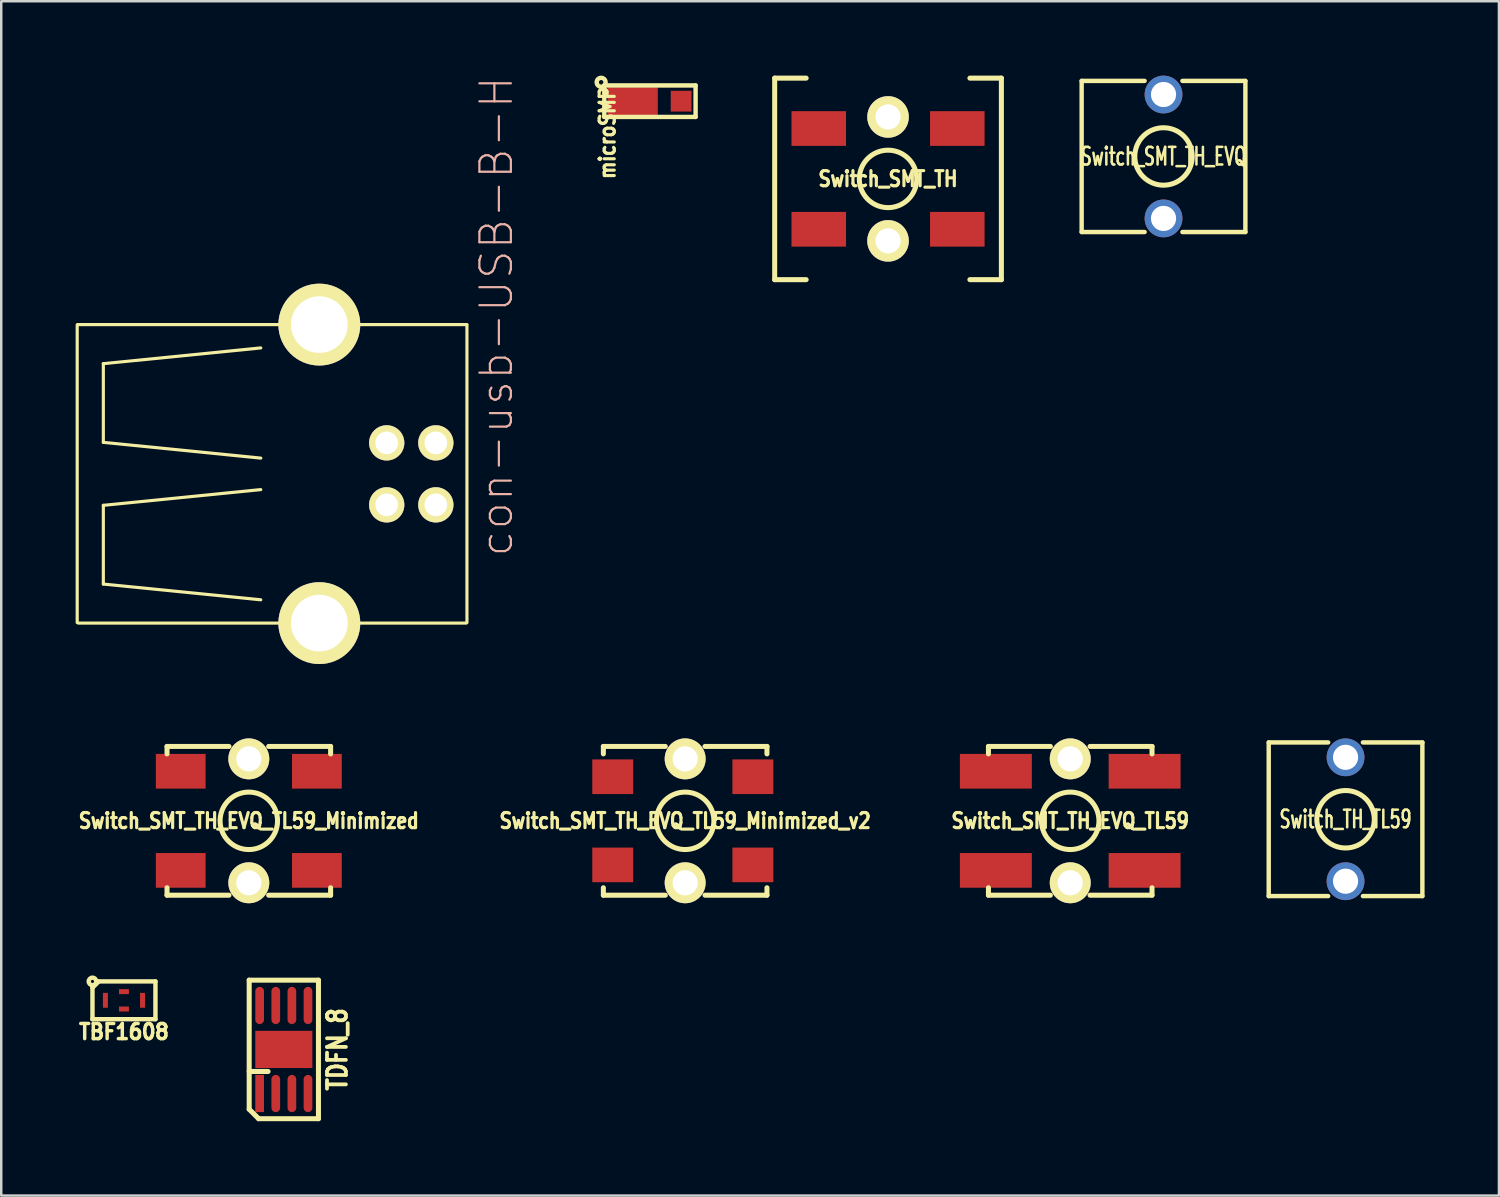
<source format=kicad_pcb>
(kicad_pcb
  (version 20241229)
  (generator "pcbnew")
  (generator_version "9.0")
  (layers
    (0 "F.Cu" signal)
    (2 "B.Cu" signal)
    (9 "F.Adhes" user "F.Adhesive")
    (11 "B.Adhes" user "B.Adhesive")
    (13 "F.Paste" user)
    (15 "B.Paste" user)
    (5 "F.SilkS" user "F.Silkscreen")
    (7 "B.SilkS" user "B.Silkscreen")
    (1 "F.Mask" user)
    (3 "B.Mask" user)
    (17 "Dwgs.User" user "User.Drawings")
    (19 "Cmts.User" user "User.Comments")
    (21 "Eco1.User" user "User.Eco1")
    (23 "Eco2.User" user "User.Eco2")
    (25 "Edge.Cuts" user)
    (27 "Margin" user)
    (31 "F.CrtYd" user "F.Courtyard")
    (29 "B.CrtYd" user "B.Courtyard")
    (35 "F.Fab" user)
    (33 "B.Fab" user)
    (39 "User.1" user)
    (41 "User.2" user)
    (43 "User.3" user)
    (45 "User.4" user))
  (footprint "Switch_SMT_TH_EVQ"
    (layer "F.Cu")
    (at 43.881 3.261)
    (property "Reference" "Switch_SMT_TH_EVQ" (at 0 0 0) (layer "F.SilkS") (effects (font (size 0.711 0.457) (thickness 0.102))))
    (attr smd)
    (fp_line (start -3.302 -3.048) (end -0.762 -3.048) (stroke (width 0.178) (type solid)) (layer "F.SilkS"))
    (fp_line (start -3.302 3.048) (end -3.302 -3.048) (stroke (width 0.178) (type solid)) (layer "F.SilkS"))
    (fp_line (start -3.302 3.048) (end -0.762 3.048) (stroke (width 0.178) (type solid)) (layer "F.SilkS"))
    (fp_line (start 3.302 -3.048) (end 0.762 -3.048) (stroke (width 0.178) (type solid)) (layer "F.SilkS"))
    (fp_line (start 3.302 -3.048) (end 3.302 3.048) (stroke (width 0.178) (type solid)) (layer "F.SilkS"))
    (fp_line (start 3.302 3.048) (end 0.762 3.048) (stroke (width 0.178) (type solid)) (layer "F.SilkS"))
    (fp_circle (center 0 0) (end 1.143 0.191) (stroke (width 0.203) (type solid)) (fill no) (layer "F.SilkS"))
    (pad "1" thru_hole circle (at 0 -2.499) (size 1.524 1.524) (drill 1.016) (layers "*.Cu" "*.Mask"))
    (pad "2" thru_hole circle (at 0 2.499) (size 1.524 1.524) (drill 1.016) (layers "*.Cu" "*.Mask")))
  (footprint "microSMP"
    (layer "F.Cu")
    (at 23.737 1.031)
    (property "Reference" "microSMP" (at -2.286 1.27 90) (layer "F.SilkS") (effects (font (size 0.61 0.508) (thickness 0.178))))
    (attr through_hole)
    (fp_line (start -2.413 -0.635) (end 1.27 -0.635) (stroke (width 0.178) (type solid)) (layer "F.SilkS"))
    (fp_line (start -2.413 0.635) (end -2.413 -0.635) (stroke (width 0.178) (type solid)) (layer "F.SilkS"))
    (fp_line (start 1.27 -0.635) (end 1.27 0.635) (stroke (width 0.178) (type solid)) (layer "F.SilkS"))
    (fp_line (start 1.27 0.635) (end -2.413 0.635) (stroke (width 0.178) (type solid)) (layer "F.SilkS"))
    (fp_circle (center -2.54 -0.762) (end -2.667 -0.889) (stroke (width 0.178) (type solid)) (fill no) (layer "F.SilkS"))
    (pad "1" smd rect (at -1.27 0) (size 2.032 1.118) (layers "F.Cu" "F.Mask" "F.Paste"))
    (pad "2" smd rect (at 0.686 0) (size 0.838 0.838) (layers "F.Cu" "F.Mask" "F.Paste")))
  (footprint "TDFN_8"
    (layer "F.Cu")
    (at 8.398 39.279)
    (property "Reference" "TDFN_8" (at 2.159 0 90) (layer "F.SilkS") (effects (font (size 0.762 0.61) (thickness 0.203))))
    (attr smd)
    (fp_line (start -1.397 -2.794) (end -1.397 2.413) (stroke (width 0.203) (type solid)) (layer "F.SilkS"))
    (fp_line (start -1.397 -2.794) (end 1.397 -2.794) (stroke (width 0.203) (type solid)) (layer "F.SilkS"))
    (fp_line (start -1.397 0.889) (end -0.635 0.889) (stroke (width 0.203) (type solid)) (layer "F.SilkS"))
    (fp_line (start -1.397 2.413) (end -1.016 2.794) (stroke (width 0.203) (type solid)) (layer "F.SilkS"))
    (fp_line (start -1.016 2.794) (end 1.397 2.794) (stroke (width 0.203) (type solid)) (layer "F.SilkS"))
    (fp_line (start 1.397 -2.794) (end 1.397 2.794) (stroke (width 0.203) (type solid)) (layer "F.SilkS"))
    (pad "1" smd rect (at -0.975 1.778) (size 0.351 1.501) (layers "F.Cu" "F.Mask" "F.Paste"))
    (pad "2" smd oval (at -0.325 1.778) (size 0.351 1.501) (layers "F.Cu" "F.Mask" "F.Paste"))
    (pad "3" smd oval (at 0.325 1.778) (size 0.351 1.501) (layers "F.Cu" "F.Mask" "F.Paste"))
    (pad "4" smd oval (at 0.975 1.778) (size 0.351 1.501) (layers "F.Cu" "F.Mask" "F.Paste"))
    (pad "5" smd oval (at 0.975 -1.773) (size 0.351 1.501) (layers "F.Cu" "F.Mask" "F.Paste"))
    (pad "6" smd oval (at 0.325 -1.773) (size 0.351 1.501) (layers "F.Cu" "F.Mask" "F.Paste"))
    (pad "7" smd oval (at -0.325 -1.773) (size 0.351 1.501) (layers "F.Cu" "F.Mask" "F.Paste"))
    (pad "8" smd oval (at -0.975 -1.773) (size 0.351 1.501) (layers "F.Cu" "F.Mask" "F.Paste"))
    (pad "9" smd rect (at 0 0) (size 2.301 1.501) (layers "F.Cu" "F.Mask" "F.Paste")))
  (footprint "TBF1608"
    (layer "F.Cu")
    (at 1.95 37.298)
    (property "Reference" "TBF1608" (at 0 1.27 0) (layer "F.SilkS") (effects (font (size 0.61 0.559) (thickness 0.203))))
    (attr smd)
    (fp_line (start -1.27 -0.508) (end -1.27 0.762) (stroke (width 0.178) (type solid)) (layer "F.SilkS"))
    (fp_line (start -1.27 0.762) (end 1.27 0.762) (stroke (width 0.178) (type solid)) (layer "F.SilkS"))
    (fp_line (start -1.016 -0.762) (end -1.27 -0.508) (stroke (width 0.178) (type solid)) (layer "F.SilkS"))
    (fp_line (start 1.27 -0.762) (end -1.016 -0.762) (stroke (width 0.178) (type solid)) (layer "F.SilkS"))
    (fp_line (start 1.27 0.762) (end 1.27 -0.762) (stroke (width 0.178) (type solid)) (layer "F.SilkS"))
    (fp_circle (center -1.27 -0.762) (end -1.333 -0.762) (stroke (width 0.178) (type solid)) (fill no) (layer "F.SilkS"))
    (pad "1" smd rect (at 0 -0.351) (size 0.399 0.201) (layers "F.Cu" "F.Mask" "F.Paste"))
    (pad "2" smd rect (at -0.749 0) (size 0.201 0.599) (layers "F.Cu" "F.Mask" "F.Paste"))
    (pad "3" smd rect (at 0.749 0) (size 0.201 0.599) (layers "F.Cu" "F.Mask" "F.Paste"))
    (pad "4" smd rect (at 0 0.351) (size 0.399 0.201) (layers "F.Cu" "F.Mask" "F.Paste")))
  (footprint "Switch_SMT_TH_EVQ_TL59_Minimized_v2"
    (layer "F.Cu")
    (at 24.586 30.058)
    (property "Reference" "Switch_SMT_TH_EVQ_TL59_Minimized_v2" (at 0 0 0) (layer "F.SilkS") (effects (font (size 0.61 0.508) (thickness 0.127))))
    (attr smd)
    (fp_line (start -3.299 -3) (end -3.299 -2.7) (stroke (width 0.203) (type solid)) (layer "F.SilkS"))
    (fp_line (start -3.299 -3) (end -0.8 -3) (stroke (width 0.203) (type solid)) (layer "F.SilkS"))
    (fp_line (start -3.299 3) (end -3.299 2.7) (stroke (width 0.203) (type solid)) (layer "F.SilkS"))
    (fp_line (start -3.299 3) (end -0.8 3) (stroke (width 0.203) (type solid)) (layer "F.SilkS"))
    (fp_line (start 3.299 -3) (end 0.8 -3) (stroke (width 0.203) (type solid)) (layer "F.SilkS"))
    (fp_line (start 3.299 -3) (end 3.299 -2.7) (stroke (width 0.203) (type solid)) (layer "F.SilkS"))
    (fp_line (start 3.299 3) (end 0.8 3) (stroke (width 0.203) (type solid)) (layer "F.SilkS"))
    (fp_line (start 3.299 3) (end 3.299 2.7) (stroke (width 0.203) (type solid)) (layer "F.SilkS"))
    (fp_circle (center 0 0) (end 1.143 0.191) (stroke (width 0.203) (type solid)) (fill no) (layer "F.SilkS"))
    (pad "1" smd rect (at -2.921 -1.778) (size 1.143 1.016) (layers "F.Cu" "F.Paste"))
    (pad "1" smd rect (at -2.921 -1.778) (size 1.651 1.397) (layers "F.Cu" "F.Mask"))
    (pad "1" thru_hole circle (at 0 -2.499) (size 1.651 1.651) (drill 1.016) (layers "*.Cu" "B.Mask" "F.SilkS"))
    (pad "1" smd rect (at 2.731 -1.778) (size 1.143 1.016) (layers "F.Cu" "F.Paste"))
    (pad "1" smd rect (at 2.731 -1.778) (size 1.651 1.397) (layers "F.Cu" "F.Mask"))
    (pad "2" smd rect (at -2.921 1.778) (size 1.143 1.016) (layers "F.Cu" "F.Paste"))
    (pad "2" smd rect (at -2.921 1.778) (size 1.651 1.397) (layers "F.Cu" "F.Mask"))
    (pad "2" thru_hole circle (at 0 2.499) (size 1.651 1.651) (drill 1.016) (layers "*.Cu" "B.Mask" "F.SilkS"))
    (pad "2" smd rect (at 2.731 1.778) (size 1.143 1.016) (layers "F.Cu" "F.Paste"))
    (pad "2" smd rect (at 2.731 1.778) (size 1.651 1.397) (layers "F.Cu" "F.Mask")))
  (footprint "con-usb-USB-B-H"
    (layer "F.Cu")
    (at 12.548 16.063)
    (property "Reference" "con-usb-USB-B-H" (at 4.425 -6.35 90) (layer "B.SilkS") (effects (font (size 1.27 1.27) (thickness 0.089))))
    (attr through_hole)
    (fp_line (start -12.484 -6.012) (end -12.484 5.999) (stroke (width 0.127) (type solid)) (layer "F.SilkS"))
    (fp_line (start -11.43 -4.445) (end -11.43 -1.27) (stroke (width 0.127) (type solid)) (layer "F.SilkS"))
    (fp_line (start -11.43 -1.27) (end -5.08 -0.635) (stroke (width 0.127) (type solid)) (layer "F.SilkS"))
    (fp_line (start -11.43 1.27) (end -5.08 0.635) (stroke (width 0.127) (type solid)) (layer "F.SilkS"))
    (fp_line (start -11.43 4.445) (end -11.43 1.27) (stroke (width 0.127) (type solid)) (layer "F.SilkS"))
    (fp_line (start -5.08 -5.08) (end -11.43 -4.445) (stroke (width 0.127) (type solid)) (layer "F.SilkS"))
    (fp_line (start -5.08 5.08) (end -11.43 4.445) (stroke (width 0.127) (type solid)) (layer "F.SilkS"))
    (fp_line (start 3.205 6.02) (end -12.438 6.02) (stroke (width 0.127) (type solid)) (layer "F.SilkS"))
    (fp_line (start 3.231 -6.02) (end -12.464 -6.02) (stroke (width 0.127) (type solid)) (layer "F.SilkS"))
    (fp_line (start 3.236 -6.012) (end 3.236 5.999) (stroke (width 0.127) (type solid)) (layer "F.SilkS"))
    (pad "D+" thru_hole circle (at 0 -1.25) (size 1.422 1.422) (drill 0.914) (layers "*.Cu" "F.Mask" "F.SilkS" "F.Paste"))
    (pad "D-" thru_hole circle (at 1.981 -1.25) (size 1.422 1.422) (drill 0.914) (layers "*.Cu" "F.Mask" "F.SilkS" "F.Paste"))
    (pad "GND" thru_hole circle (at 0 1.25) (size 1.422 1.422) (drill 0.914) (layers "*.Cu" "F.Mask" "F.SilkS" "F.Paste"))
    (pad "P$1" thru_hole circle (at -2.718 6.02) (size 3.302 3.302) (drill 2.286) (layers "*.Cu" "F.Mask" "F.SilkS" "F.Paste"))
    (pad "P$2" thru_hole circle (at -2.718 -6.02) (size 3.302 3.302) (drill 2.286) (layers "*.Cu" "F.Mask" "F.SilkS" "F.Paste"))
    (pad "VBUS" thru_hole circle (at 1.981 1.25) (size 1.422 1.422) (drill 0.914) (layers "*.Cu" "F.Mask" "F.SilkS" "F.Paste")))
  (footprint "Switch_SMT_TH_EVQ_TL59_Minimized"
    (layer "F.Cu")
    (at 6.986 30.058)
    (property "Reference" "Switch_SMT_TH_EVQ_TL59_Minimized" (at 0 0 0) (layer "F.SilkS") (effects (font (size 0.61 0.508) (thickness 0.127))))
    (attr smd)
    (fp_line (start -3.299 -3) (end -3.299 -2.7) (stroke (width 0.203) (type solid)) (layer "F.SilkS"))
    (fp_line (start -3.299 -3) (end -0.8 -3) (stroke (width 0.203) (type solid)) (layer "F.SilkS"))
    (fp_line (start -3.299 3) (end -3.299 2.7) (stroke (width 0.203) (type solid)) (layer "F.SilkS"))
    (fp_line (start -3.299 3) (end -0.8 3) (stroke (width 0.203) (type solid)) (layer "F.SilkS"))
    (fp_line (start 3.299 -3) (end 0.8 -3) (stroke (width 0.203) (type solid)) (layer "F.SilkS"))
    (fp_line (start 3.299 -3) (end 3.299 -2.7) (stroke (width 0.203) (type solid)) (layer "F.SilkS"))
    (fp_line (start 3.299 3) (end 0.8 3) (stroke (width 0.203) (type solid)) (layer "F.SilkS"))
    (fp_line (start 3.299 3) (end 3.299 2.7) (stroke (width 0.203) (type solid)) (layer "F.SilkS"))
    (fp_circle (center 0 0) (end 1.143 0.191) (stroke (width 0.203) (type solid)) (fill no) (layer "F.SilkS"))
    (pad "1" smd rect (at -2.746 -1.999) (size 2.007 1.4) (layers "F.Cu" "F.Mask" "F.Paste"))
    (pad "1" thru_hole circle (at 0 -2.499) (size 1.651 1.651) (drill 1.016) (layers "*.Cu" "B.Mask" "F.SilkS"))
    (pad "1" smd rect (at 2.746 -1.999) (size 2.007 1.4) (layers "F.Cu" "F.Mask" "F.Paste"))
    (pad "2" smd rect (at -2.746 1.999) (size 2.007 1.4) (layers "F.Cu" "F.Mask" "F.Paste"))
    (pad "2" thru_hole circle (at 0 2.499) (size 1.651 1.651) (drill 1.016) (layers "*.Cu" "B.Mask" "F.SilkS"))
    (pad "2" smd rect (at 2.746 1.999) (size 2.007 1.4) (layers "F.Cu" "F.Mask" "F.Paste")))
  (footprint "Switch_TH_TL59"
    (layer "F.Cu")
    (at 51.223 29.995)
    (property "Reference" "Switch_TH_TL59" (at 0 0 0) (layer "F.SilkS") (effects (font (size 0.711 0.457) (thickness 0.102))))
    (attr through_hole)
    (fp_line (start -3.099 -3.099) (end -0.701 -3.099) (stroke (width 0.178) (type solid)) (layer "F.SilkS"))
    (fp_line (start -3.099 3.099) (end -3.099 -3.099) (stroke (width 0.178) (type solid)) (layer "F.SilkS"))
    (fp_line (start -3.099 3.099) (end -0.701 3.099) (stroke (width 0.178) (type solid)) (layer "F.SilkS"))
    (fp_line (start 3.099 -3.099) (end 0.701 -3.099) (stroke (width 0.178) (type solid)) (layer "F.SilkS"))
    (fp_line (start 3.099 -3.099) (end 3.099 3.099) (stroke (width 0.178) (type solid)) (layer "F.SilkS"))
    (fp_line (start 3.099 3.099) (end 0.701 3.099) (stroke (width 0.178) (type solid)) (layer "F.SilkS"))
    (fp_circle (center 0 0) (end 1.143 0.191) (stroke (width 0.203) (type solid)) (fill no) (layer "F.SilkS"))
    (pad "1" thru_hole circle (at 0 -2.499) (size 1.524 1.524) (drill 1.016) (layers "*.Cu" "*.Mask"))
    (pad "2" thru_hole circle (at 0 2.499) (size 1.524 1.524) (drill 1.016) (layers "*.Cu" "*.Mask")))
  (footprint "Switch_SMT_TH_EVQ_TL59"
    (layer "F.Cu")
    (at 40.118 30.058)
    (property "Reference" "Switch_SMT_TH_EVQ_TL59" (at 0 0 0) (layer "F.SilkS") (effects (font (size 0.61 0.508) (thickness 0.127))))
    (attr smd)
    (fp_line (start -3.299 -3) (end -3.299 -2.7) (stroke (width 0.203) (type solid)) (layer "F.SilkS"))
    (fp_line (start -3.299 -3) (end -0.8 -3) (stroke (width 0.203) (type solid)) (layer "F.SilkS"))
    (fp_line (start -3.299 3) (end -3.299 2.7) (stroke (width 0.203) (type solid)) (layer "F.SilkS"))
    (fp_line (start -3.299 3) (end -0.8 3) (stroke (width 0.203) (type solid)) (layer "F.SilkS"))
    (fp_line (start 3.299 -3) (end 0.8 -3) (stroke (width 0.203) (type solid)) (layer "F.SilkS"))
    (fp_line (start 3.299 -3) (end 3.299 -2.7) (stroke (width 0.203) (type solid)) (layer "F.SilkS"))
    (fp_line (start 3.299 3) (end 0.8 3) (stroke (width 0.203) (type solid)) (layer "F.SilkS"))
    (fp_line (start 3.299 3) (end 3.299 2.7) (stroke (width 0.203) (type solid)) (layer "F.SilkS"))
    (fp_circle (center 0 0) (end 1.143 0.191) (stroke (width 0.203) (type solid)) (fill no) (layer "F.SilkS"))
    (pad "1" smd rect (at -3 -1.999) (size 2.901 1.4) (layers "F.Cu" "F.Mask" "F.Paste"))
    (pad "1" thru_hole circle (at 0 -2.499) (size 1.651 1.651) (drill 1.016) (layers "*.Cu" "B.Mask" "F.SilkS"))
    (pad "1" smd rect (at 3 -1.999) (size 2.901 1.4) (layers "F.Cu" "F.Mask" "F.Paste"))
    (pad "2" smd rect (at -3 1.999) (size 2.901 1.4) (layers "F.Cu" "F.Mask" "F.Paste"))
    (pad "2" thru_hole circle (at 0 2.499) (size 1.651 1.651) (drill 1.016) (layers "*.Cu" "B.Mask" "F.SilkS"))
    (pad "2" smd rect (at 3 1.999) (size 2.901 1.4) (layers "F.Cu" "F.Mask" "F.Paste")))
  (footprint "Switch_SMT_TH"
    (layer "F.Cu")
    (at 32.769 4.166)
    (property "Reference" "Switch_SMT_TH" (at 0 0 0) (layer "F.SilkS") (effects (font (size 0.61 0.508) (thickness 0.203))))
    (attr smd)
    (fp_line (start -4.572 4.064) (end -4.572 -4.064) (stroke (width 0.203) (type solid)) (layer "F.SilkS"))
    (fp_line (start -4.572 4.064) (end -3.302 4.064) (stroke (width 0.203) (type solid)) (layer "F.SilkS"))
    (fp_line (start -3.302 -4.064) (end -4.572 -4.064) (stroke (width 0.203) (type solid)) (layer "F.SilkS"))
    (fp_line (start 3.302 -4.064) (end 4.572 -4.064) (stroke (width 0.203) (type solid)) (layer "F.SilkS"))
    (fp_line (start 4.572 -4.064) (end 4.572 4.064) (stroke (width 0.203) (type solid)) (layer "F.SilkS"))
    (fp_line (start 4.572 4.064) (end 3.302 4.064) (stroke (width 0.203) (type solid)) (layer "F.SilkS"))
    (fp_circle (center 0 0) (end 1.143 0.191) (stroke (width 0.203) (type solid)) (fill no) (layer "F.SilkS"))
    (pad "1" smd rect (at -2.794 -2.032) (size 2.2 1.4) (layers "F.Cu" "F.Mask" "F.Paste"))
    (pad "1" thru_hole circle (at 0 -2.499) (size 1.676 1.676) (drill 1.016) (layers "*.Cu" "B.Mask" "F.SilkS"))
    (pad "1" smd rect (at 2.794 -2.032) (size 2.2 1.4) (layers "F.Cu" "F.Mask" "F.Paste"))
    (pad "2" smd rect (at -2.794 2.032) (size 2.2 1.4) (layers "F.Cu" "F.Mask" "F.Paste"))
    (pad "2" thru_hole circle (at 0 2.499) (size 1.676 1.676) (drill 1.016) (layers "*.Cu" "B.Mask" "F.SilkS"))
    (pad "2" smd rect (at 2.794 2.032) (size 2.2 1.4) (layers "F.Cu" "F.Mask" "F.Paste")))
  (gr_rect
    (start -3 -3)
    (end 57.41 45.174)
    (stroke (width 0.1) (type default))
    (fill no)
    (layer "Edge.Cuts")))
</source>
